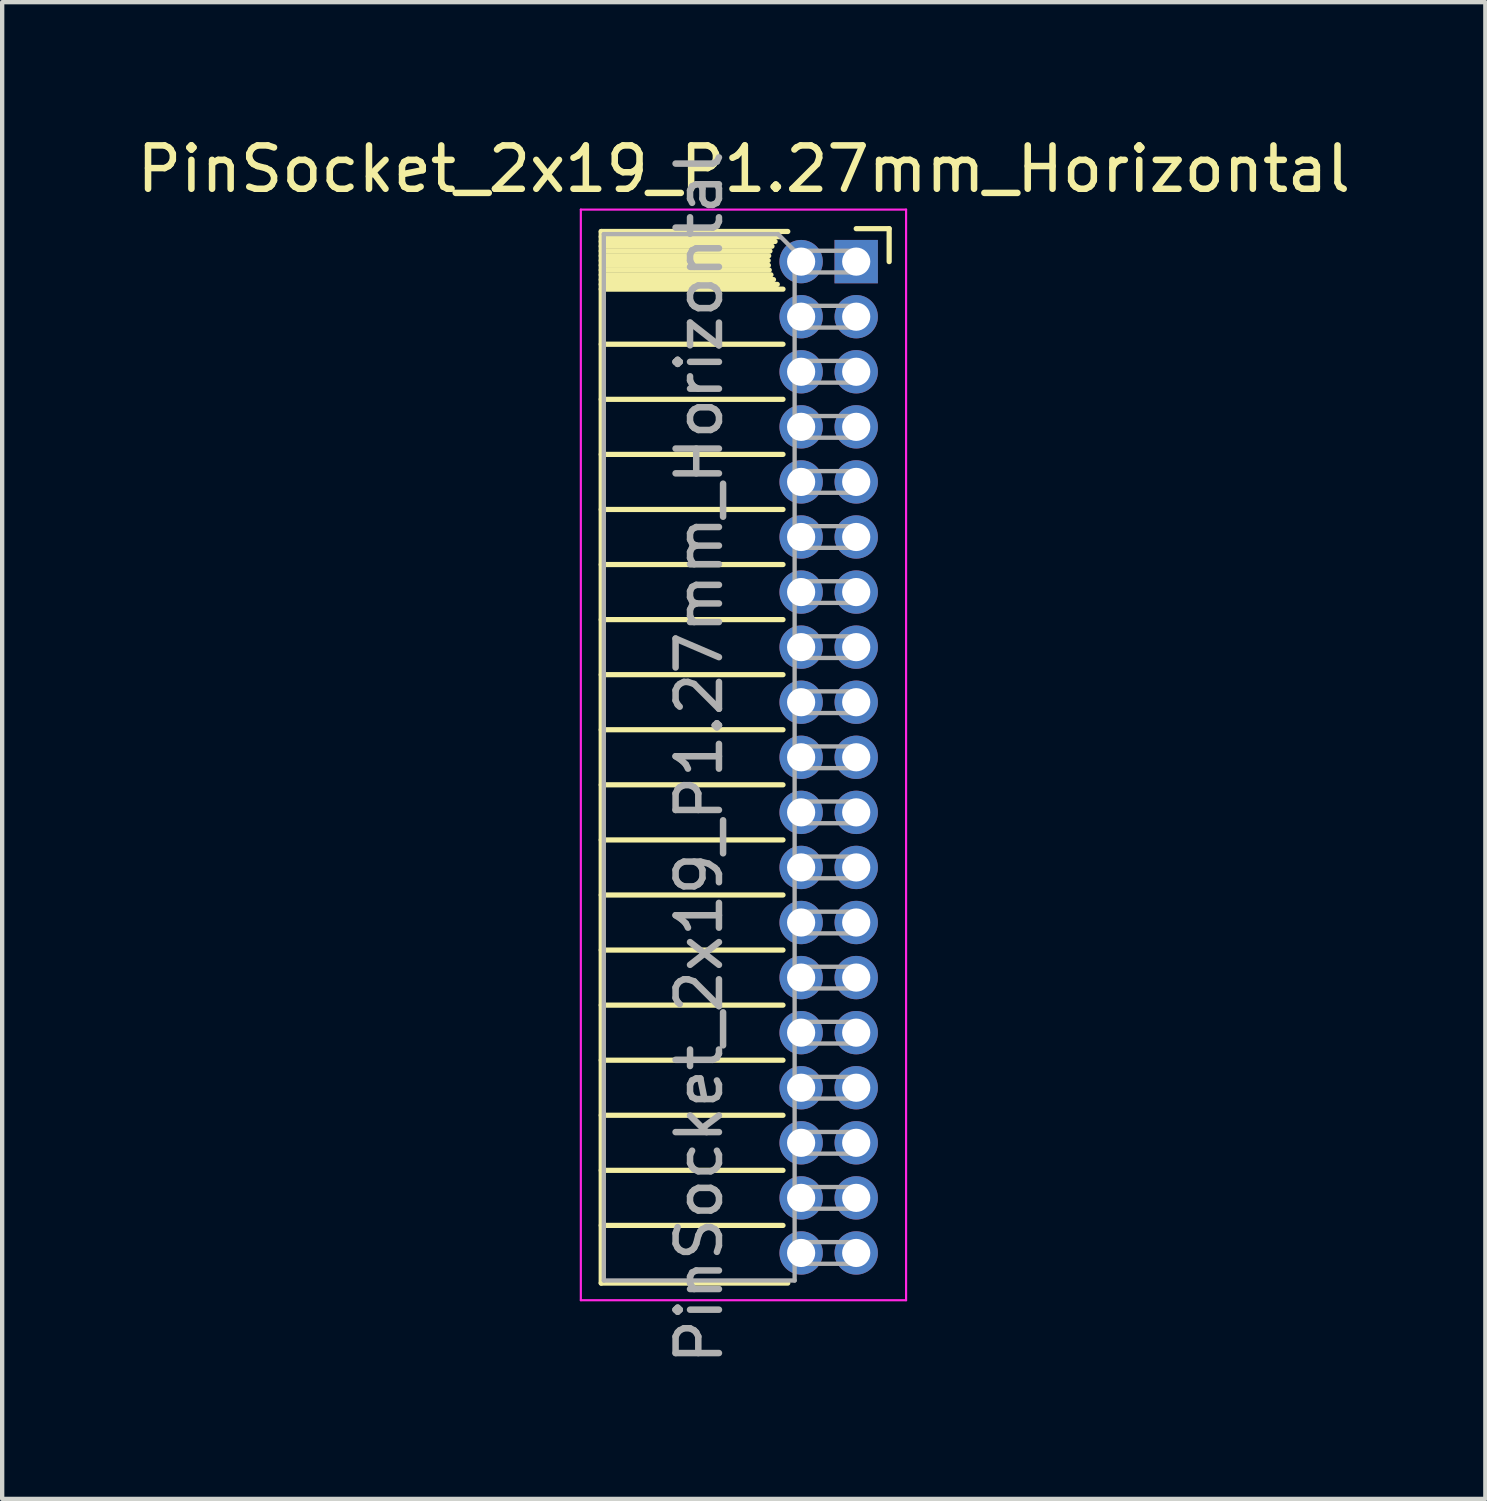
<source format=kicad_pcb>
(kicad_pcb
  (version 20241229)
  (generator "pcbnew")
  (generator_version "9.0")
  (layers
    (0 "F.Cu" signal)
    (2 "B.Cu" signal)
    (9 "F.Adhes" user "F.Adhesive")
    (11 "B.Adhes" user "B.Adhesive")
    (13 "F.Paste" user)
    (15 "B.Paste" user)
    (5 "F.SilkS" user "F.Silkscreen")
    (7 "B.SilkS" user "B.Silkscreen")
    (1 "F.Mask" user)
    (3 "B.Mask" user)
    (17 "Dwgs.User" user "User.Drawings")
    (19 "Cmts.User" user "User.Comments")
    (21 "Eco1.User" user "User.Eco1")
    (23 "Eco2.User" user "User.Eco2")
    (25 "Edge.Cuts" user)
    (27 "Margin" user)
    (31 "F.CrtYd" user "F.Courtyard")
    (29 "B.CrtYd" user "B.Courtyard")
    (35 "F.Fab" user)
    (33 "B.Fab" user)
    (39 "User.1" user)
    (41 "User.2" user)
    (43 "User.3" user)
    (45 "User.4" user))
  (footprint "PinSocket_2x19_P1.27mm_Horizontal"
    (layer "F.Cu")
    (at 16.694 2.983)
    (property "Reference" "PinSocket_2x19_P1.27mm_Horizontal" (at -2.592 -2.135 0) (layer "F.SilkS") (effects (font (size 1 1) (thickness 0.15))))
    (attr through_hole)
    (fp_line (start -5.88 -0.695) (end -5.88 23.555) (stroke (width 0.12) (type solid)) (layer "F.SilkS"))
    (fp_line (start -5.88 -0.695) (end -1.578 -0.695) (stroke (width 0.12) (type solid)) (layer "F.SilkS"))
    (fp_line (start -5.88 -0.575) (end -1.767 -0.575) (stroke (width 0.12) (type solid)) (layer "F.SilkS"))
    (fp_line (start -5.88 -0.465) (end -1.871 -0.465) (stroke (width 0.12) (type solid)) (layer "F.SilkS"))
    (fp_line (start -5.88 -0.355) (end -1.942 -0.355) (stroke (width 0.12) (type solid)) (layer "F.SilkS"))
    (fp_line (start -5.88 -0.245) (end -1.989 -0.245) (stroke (width 0.12) (type solid)) (layer "F.SilkS"))
    (fp_line (start -5.88 -0.135) (end -2.018 -0.135) (stroke (width 0.12) (type solid)) (layer "F.SilkS"))
    (fp_line (start -5.88 -0.025) (end -2.03 -0.025) (stroke (width 0.12) (type solid)) (layer "F.SilkS"))
    (fp_line (start -5.88 0.085) (end -2.025 0.085) (stroke (width 0.12) (type solid)) (layer "F.SilkS"))
    (fp_line (start -5.88 0.195) (end -2.005 0.195) (stroke (width 0.12) (type solid)) (layer "F.SilkS"))
    (fp_line (start -5.88 0.305) (end -1.966 0.305) (stroke (width 0.12) (type solid)) (layer "F.SilkS"))
    (fp_line (start -5.88 0.415) (end -1.907 0.415) (stroke (width 0.12) (type solid)) (layer "F.SilkS"))
    (fp_line (start -5.88 0.525) (end -1.82 0.525) (stroke (width 0.12) (type solid)) (layer "F.SilkS"))
    (fp_line (start -5.88 0.635) (end -1.688 0.635) (stroke (width 0.12) (type solid)) (layer "F.SilkS"))
    (fp_line (start -5.88 1.905) (end -1.688 1.905) (stroke (width 0.12) (type solid)) (layer "F.SilkS"))
    (fp_line (start -5.88 3.175) (end -1.688 3.175) (stroke (width 0.12) (type solid)) (layer "F.SilkS"))
    (fp_line (start -5.88 4.445) (end -1.688 4.445) (stroke (width 0.12) (type solid)) (layer "F.SilkS"))
    (fp_line (start -5.88 5.715) (end -1.688 5.715) (stroke (width 0.12) (type solid)) (layer "F.SilkS"))
    (fp_line (start -5.88 6.985) (end -1.688 6.985) (stroke (width 0.12) (type solid)) (layer "F.SilkS"))
    (fp_line (start -5.88 8.255) (end -1.688 8.255) (stroke (width 0.12) (type solid)) (layer "F.SilkS"))
    (fp_line (start -5.88 9.525) (end -1.688 9.525) (stroke (width 0.12) (type solid)) (layer "F.SilkS"))
    (fp_line (start -5.88 10.795) (end -1.688 10.795) (stroke (width 0.12) (type solid)) (layer "F.SilkS"))
    (fp_line (start -5.88 12.065) (end -1.688 12.065) (stroke (width 0.12) (type solid)) (layer "F.SilkS"))
    (fp_line (start -5.88 13.335) (end -1.688 13.335) (stroke (width 0.12) (type solid)) (layer "F.SilkS"))
    (fp_line (start -5.88 14.605) (end -1.688 14.605) (stroke (width 0.12) (type solid)) (layer "F.SilkS"))
    (fp_line (start -5.88 15.875) (end -1.688 15.875) (stroke (width 0.12) (type solid)) (layer "F.SilkS"))
    (fp_line (start -5.88 17.145) (end -1.688 17.145) (stroke (width 0.12) (type solid)) (layer "F.SilkS"))
    (fp_line (start -5.88 18.415) (end -1.688 18.415) (stroke (width 0.12) (type solid)) (layer "F.SilkS"))
    (fp_line (start -5.88 19.685) (end -1.688 19.685) (stroke (width 0.12) (type solid)) (layer "F.SilkS"))
    (fp_line (start -5.88 20.955) (end -1.688 20.955) (stroke (width 0.12) (type solid)) (layer "F.SilkS"))
    (fp_line (start -5.88 22.225) (end -1.688 22.225) (stroke (width 0.12) (type solid)) (layer "F.SilkS"))
    (fp_line (start -5.88 23.555) (end -1.578 23.555) (stroke (width 0.12) (type solid)) (layer "F.SilkS"))
    (fp_line (start 0 -0.76) (end 0.76 -0.76) (stroke (width 0.12) (type solid)) (layer "F.SilkS"))
    (fp_line (start 0.76 -0.76) (end 0.76 0) (stroke (width 0.12) (type solid)) (layer "F.SilkS"))
    (fp_line (start -6.35 -1.2) (end -6.35 23.95) (stroke (width 0.05) (type solid)) (layer "F.CrtYd"))
    (fp_line (start -6.35 23.95) (end 1.15 23.95) (stroke (width 0.05) (type solid)) (layer "F.CrtYd"))
    (fp_line (start 1.15 -1.2) (end -6.35 -1.2) (stroke (width 0.05) (type solid)) (layer "F.CrtYd"))
    (fp_line (start 1.15 23.95) (end 1.15 -1.2) (stroke (width 0.05) (type solid)) (layer "F.CrtYd"))
    (fp_line (start -5.82 -0.635) (end -1.805 -0.635) (stroke (width 0.1) (type solid)) (layer "F.Fab"))
    (fp_line (start -5.82 23.495) (end -5.82 -0.635) (stroke (width 0.1) (type solid)) (layer "F.Fab"))
    (fp_line (start -1.805 -0.635) (end -1.42 -0.25) (stroke (width 0.1) (type solid)) (layer "F.Fab"))
    (fp_line (start -1.42 -0.25) (end -1.42 23.495) (stroke (width 0.1) (type solid)) (layer "F.Fab"))
    (fp_line (start -1.42 0.25) (end 0 0.25) (stroke (width 0.1) (type solid)) (layer "F.Fab"))
    (fp_line (start -1.42 1.52) (end 0 1.52) (stroke (width 0.1) (type solid)) (layer "F.Fab"))
    (fp_line (start -1.42 2.79) (end 0 2.79) (stroke (width 0.1) (type solid)) (layer "F.Fab"))
    (fp_line (start -1.42 4.06) (end 0 4.06) (stroke (width 0.1) (type solid)) (layer "F.Fab"))
    (fp_line (start -1.42 5.33) (end 0 5.33) (stroke (width 0.1) (type solid)) (layer "F.Fab"))
    (fp_line (start -1.42 6.6) (end 0 6.6) (stroke (width 0.1) (type solid)) (layer "F.Fab"))
    (fp_line (start -1.42 7.87) (end 0 7.87) (stroke (width 0.1) (type solid)) (layer "F.Fab"))
    (fp_line (start -1.42 9.14) (end 0 9.14) (stroke (width 0.1) (type solid)) (layer "F.Fab"))
    (fp_line (start -1.42 10.41) (end 0 10.41) (stroke (width 0.1) (type solid)) (layer "F.Fab"))
    (fp_line (start -1.42 11.68) (end 0 11.68) (stroke (width 0.1) (type solid)) (layer "F.Fab"))
    (fp_line (start -1.42 12.95) (end 0 12.95) (stroke (width 0.1) (type solid)) (layer "F.Fab"))
    (fp_line (start -1.42 14.22) (end 0 14.22) (stroke (width 0.1) (type solid)) (layer "F.Fab"))
    (fp_line (start -1.42 15.49) (end 0 15.49) (stroke (width 0.1) (type solid)) (layer "F.Fab"))
    (fp_line (start -1.42 16.76) (end 0 16.76) (stroke (width 0.1) (type solid)) (layer "F.Fab"))
    (fp_line (start -1.42 18.03) (end 0 18.03) (stroke (width 0.1) (type solid)) (layer "F.Fab"))
    (fp_line (start -1.42 19.3) (end 0 19.3) (stroke (width 0.1) (type solid)) (layer "F.Fab"))
    (fp_line (start -1.42 20.57) (end 0 20.57) (stroke (width 0.1) (type solid)) (layer "F.Fab"))
    (fp_line (start -1.42 21.84) (end 0 21.84) (stroke (width 0.1) (type solid)) (layer "F.Fab"))
    (fp_line (start -1.42 23.11) (end 0 23.11) (stroke (width 0.1) (type solid)) (layer "F.Fab"))
    (fp_line (start -1.42 23.495) (end -5.82 23.495) (stroke (width 0.1) (type solid)) (layer "F.Fab"))
    (fp_line (start 0 -0.25) (end -1.42 -0.25) (stroke (width 0.1) (type solid)) (layer "F.Fab"))
    (fp_line (start 0 0.25) (end 0 -0.25) (stroke (width 0.1) (type solid)) (layer "F.Fab"))
    (fp_line (start 0 1.02) (end -1.42 1.02) (stroke (width 0.1) (type solid)) (layer "F.Fab"))
    (fp_line (start 0 1.52) (end 0 1.02) (stroke (width 0.1) (type solid)) (layer "F.Fab"))
    (fp_line (start 0 2.29) (end -1.42 2.29) (stroke (width 0.1) (type solid)) (layer "F.Fab"))
    (fp_line (start 0 2.79) (end 0 2.29) (stroke (width 0.1) (type solid)) (layer "F.Fab"))
    (fp_line (start 0 3.56) (end -1.42 3.56) (stroke (width 0.1) (type solid)) (layer "F.Fab"))
    (fp_line (start 0 4.06) (end 0 3.56) (stroke (width 0.1) (type solid)) (layer "F.Fab"))
    (fp_line (start 0 4.83) (end -1.42 4.83) (stroke (width 0.1) (type solid)) (layer "F.Fab"))
    (fp_line (start 0 5.33) (end 0 4.83) (stroke (width 0.1) (type solid)) (layer "F.Fab"))
    (fp_line (start 0 6.1) (end -1.42 6.1) (stroke (width 0.1) (type solid)) (layer "F.Fab"))
    (fp_line (start 0 6.6) (end 0 6.1) (stroke (width 0.1) (type solid)) (layer "F.Fab"))
    (fp_line (start 0 7.37) (end -1.42 7.37) (stroke (width 0.1) (type solid)) (layer "F.Fab"))
    (fp_line (start 0 7.87) (end 0 7.37) (stroke (width 0.1) (type solid)) (layer "F.Fab"))
    (fp_line (start 0 8.64) (end -1.42 8.64) (stroke (width 0.1) (type solid)) (layer "F.Fab"))
    (fp_line (start 0 9.14) (end 0 8.64) (stroke (width 0.1) (type solid)) (layer "F.Fab"))
    (fp_line (start 0 9.91) (end -1.42 9.91) (stroke (width 0.1) (type solid)) (layer "F.Fab"))
    (fp_line (start 0 10.41) (end 0 9.91) (stroke (width 0.1) (type solid)) (layer "F.Fab"))
    (fp_line (start 0 11.18) (end -1.42 11.18) (stroke (width 0.1) (type solid)) (layer "F.Fab"))
    (fp_line (start 0 11.68) (end 0 11.18) (stroke (width 0.1) (type solid)) (layer "F.Fab"))
    (fp_line (start 0 12.45) (end -1.42 12.45) (stroke (width 0.1) (type solid)) (layer "F.Fab"))
    (fp_line (start 0 12.95) (end 0 12.45) (stroke (width 0.1) (type solid)) (layer "F.Fab"))
    (fp_line (start 0 13.72) (end -1.42 13.72) (stroke (width 0.1) (type solid)) (layer "F.Fab"))
    (fp_line (start 0 14.22) (end 0 13.72) (stroke (width 0.1) (type solid)) (layer "F.Fab"))
    (fp_line (start 0 14.99) (end -1.42 14.99) (stroke (width 0.1) (type solid)) (layer "F.Fab"))
    (fp_line (start 0 15.49) (end 0 14.99) (stroke (width 0.1) (type solid)) (layer "F.Fab"))
    (fp_line (start 0 16.26) (end -1.42 16.26) (stroke (width 0.1) (type solid)) (layer "F.Fab"))
    (fp_line (start 0 16.76) (end 0 16.26) (stroke (width 0.1) (type solid)) (layer "F.Fab"))
    (fp_line (start 0 17.53) (end -1.42 17.53) (stroke (width 0.1) (type solid)) (layer "F.Fab"))
    (fp_line (start 0 18.03) (end 0 17.53) (stroke (width 0.1) (type solid)) (layer "F.Fab"))
    (fp_line (start 0 18.8) (end -1.42 18.8) (stroke (width 0.1) (type solid)) (layer "F.Fab"))
    (fp_line (start 0 19.3) (end 0 18.8) (stroke (width 0.1) (type solid)) (layer "F.Fab"))
    (fp_line (start 0 20.07) (end -1.42 20.07) (stroke (width 0.1) (type solid)) (layer "F.Fab"))
    (fp_line (start 0 20.57) (end 0 20.07) (stroke (width 0.1) (type solid)) (layer "F.Fab"))
    (fp_line (start 0 21.34) (end -1.42 21.34) (stroke (width 0.1) (type solid)) (layer "F.Fab"))
    (fp_line (start 0 21.84) (end 0 21.34) (stroke (width 0.1) (type solid)) (layer "F.Fab"))
    (fp_line (start 0 22.61) (end -1.42 22.61) (stroke (width 0.1) (type solid)) (layer "F.Fab"))
    (fp_line (start 0 23.11) (end 0 22.61) (stroke (width 0.1) (type solid)) (layer "F.Fab"))
    (fp_text user "${REFERENCE}" (at -3.62 11.43 90) (layer "F.Fab") (effects (font (size 1 1) (thickness 0.15))))
    (pad "1" thru_hole rect (at 0 0) (size 1 1) (drill 0.65) (layers "*.Cu" "*.Mask"))
    (pad "2" thru_hole circle (at -1.27 0) (size 1 1) (drill 0.65) (layers "*.Cu" "*.Mask"))
    (pad "3" thru_hole circle (at 0 1.27) (size 1 1) (drill 0.65) (layers "*.Cu" "*.Mask"))
    (pad "4" thru_hole circle (at -1.27 1.27) (size 1 1) (drill 0.65) (layers "*.Cu" "*.Mask"))
    (pad "5" thru_hole circle (at 0 2.54) (size 1 1) (drill 0.65) (layers "*.Cu" "*.Mask"))
    (pad "6" thru_hole circle (at -1.27 2.54) (size 1 1) (drill 0.65) (layers "*.Cu" "*.Mask"))
    (pad "7" thru_hole circle (at 0 3.81) (size 1 1) (drill 0.65) (layers "*.Cu" "*.Mask"))
    (pad "8" thru_hole circle (at -1.27 3.81) (size 1 1) (drill 0.65) (layers "*.Cu" "*.Mask"))
    (pad "9" thru_hole circle (at 0 5.08) (size 1 1) (drill 0.65) (layers "*.Cu" "*.Mask"))
    (pad "10" thru_hole circle (at -1.27 5.08) (size 1 1) (drill 0.65) (layers "*.Cu" "*.Mask"))
    (pad "11" thru_hole circle (at 0 6.35) (size 1 1) (drill 0.65) (layers "*.Cu" "*.Mask"))
    (pad "12" thru_hole circle (at -1.27 6.35) (size 1 1) (drill 0.65) (layers "*.Cu" "*.Mask"))
    (pad "13" thru_hole circle (at 0 7.62) (size 1 1) (drill 0.65) (layers "*.Cu" "*.Mask"))
    (pad "14" thru_hole circle (at -1.27 7.62) (size 1 1) (drill 0.65) (layers "*.Cu" "*.Mask"))
    (pad "15" thru_hole circle (at 0 8.89) (size 1 1) (drill 0.65) (layers "*.Cu" "*.Mask"))
    (pad "16" thru_hole circle (at -1.27 8.89) (size 1 1) (drill 0.65) (layers "*.Cu" "*.Mask"))
    (pad "17" thru_hole circle (at 0 10.16) (size 1 1) (drill 0.65) (layers "*.Cu" "*.Mask"))
    (pad "18" thru_hole circle (at -1.27 10.16) (size 1 1) (drill 0.65) (layers "*.Cu" "*.Mask"))
    (pad "19" thru_hole circle (at 0 11.43) (size 1 1) (drill 0.65) (layers "*.Cu" "*.Mask"))
    (pad "20" thru_hole circle (at -1.27 11.43) (size 1 1) (drill 0.65) (layers "*.Cu" "*.Mask"))
    (pad "21" thru_hole circle (at 0 12.7) (size 1 1) (drill 0.65) (layers "*.Cu" "*.Mask"))
    (pad "22" thru_hole circle (at -1.27 12.7) (size 1 1) (drill 0.65) (layers "*.Cu" "*.Mask"))
    (pad "23" thru_hole circle (at 0 13.97) (size 1 1) (drill 0.65) (layers "*.Cu" "*.Mask"))
    (pad "24" thru_hole circle (at -1.27 13.97) (size 1 1) (drill 0.65) (layers "*.Cu" "*.Mask"))
    (pad "25" thru_hole circle (at 0 15.24) (size 1 1) (drill 0.65) (layers "*.Cu" "*.Mask"))
    (pad "26" thru_hole circle (at -1.27 15.24) (size 1 1) (drill 0.65) (layers "*.Cu" "*.Mask"))
    (pad "27" thru_hole circle (at 0 16.51) (size 1 1) (drill 0.65) (layers "*.Cu" "*.Mask"))
    (pad "28" thru_hole circle (at -1.27 16.51) (size 1 1) (drill 0.65) (layers "*.Cu" "*.Mask"))
    (pad "29" thru_hole circle (at 0 17.78) (size 1 1) (drill 0.65) (layers "*.Cu" "*.Mask"))
    (pad "30" thru_hole circle (at -1.27 17.78) (size 1 1) (drill 0.65) (layers "*.Cu" "*.Mask"))
    (pad "31" thru_hole circle (at 0 19.05) (size 1 1) (drill 0.65) (layers "*.Cu" "*.Mask"))
    (pad "32" thru_hole circle (at -1.27 19.05) (size 1 1) (drill 0.65) (layers "*.Cu" "*.Mask"))
    (pad "33" thru_hole circle (at 0 20.32) (size 1 1) (drill 0.65) (layers "*.Cu" "*.Mask"))
    (pad "34" thru_hole circle (at -1.27 20.32) (size 1 1) (drill 0.65) (layers "*.Cu" "*.Mask"))
    (pad "35" thru_hole circle (at 0 21.59) (size 1 1) (drill 0.65) (layers "*.Cu" "*.Mask"))
    (pad "36" thru_hole circle (at -1.27 21.59) (size 1 1) (drill 0.65) (layers "*.Cu" "*.Mask"))
    (pad "37" thru_hole circle (at 0 22.86) (size 1 1) (drill 0.65) (layers "*.Cu" "*.Mask"))
    (pad "38" thru_hole circle (at -1.27 22.86) (size 1 1) (drill 0.65) (layers "*.Cu" "*.Mask")))
  (gr_rect
    (start -3 -3)
    (end 31.202 31.514)
    (stroke (width 0.1) (type default))
    (fill no)
    (layer "Edge.Cuts")))
</source>
